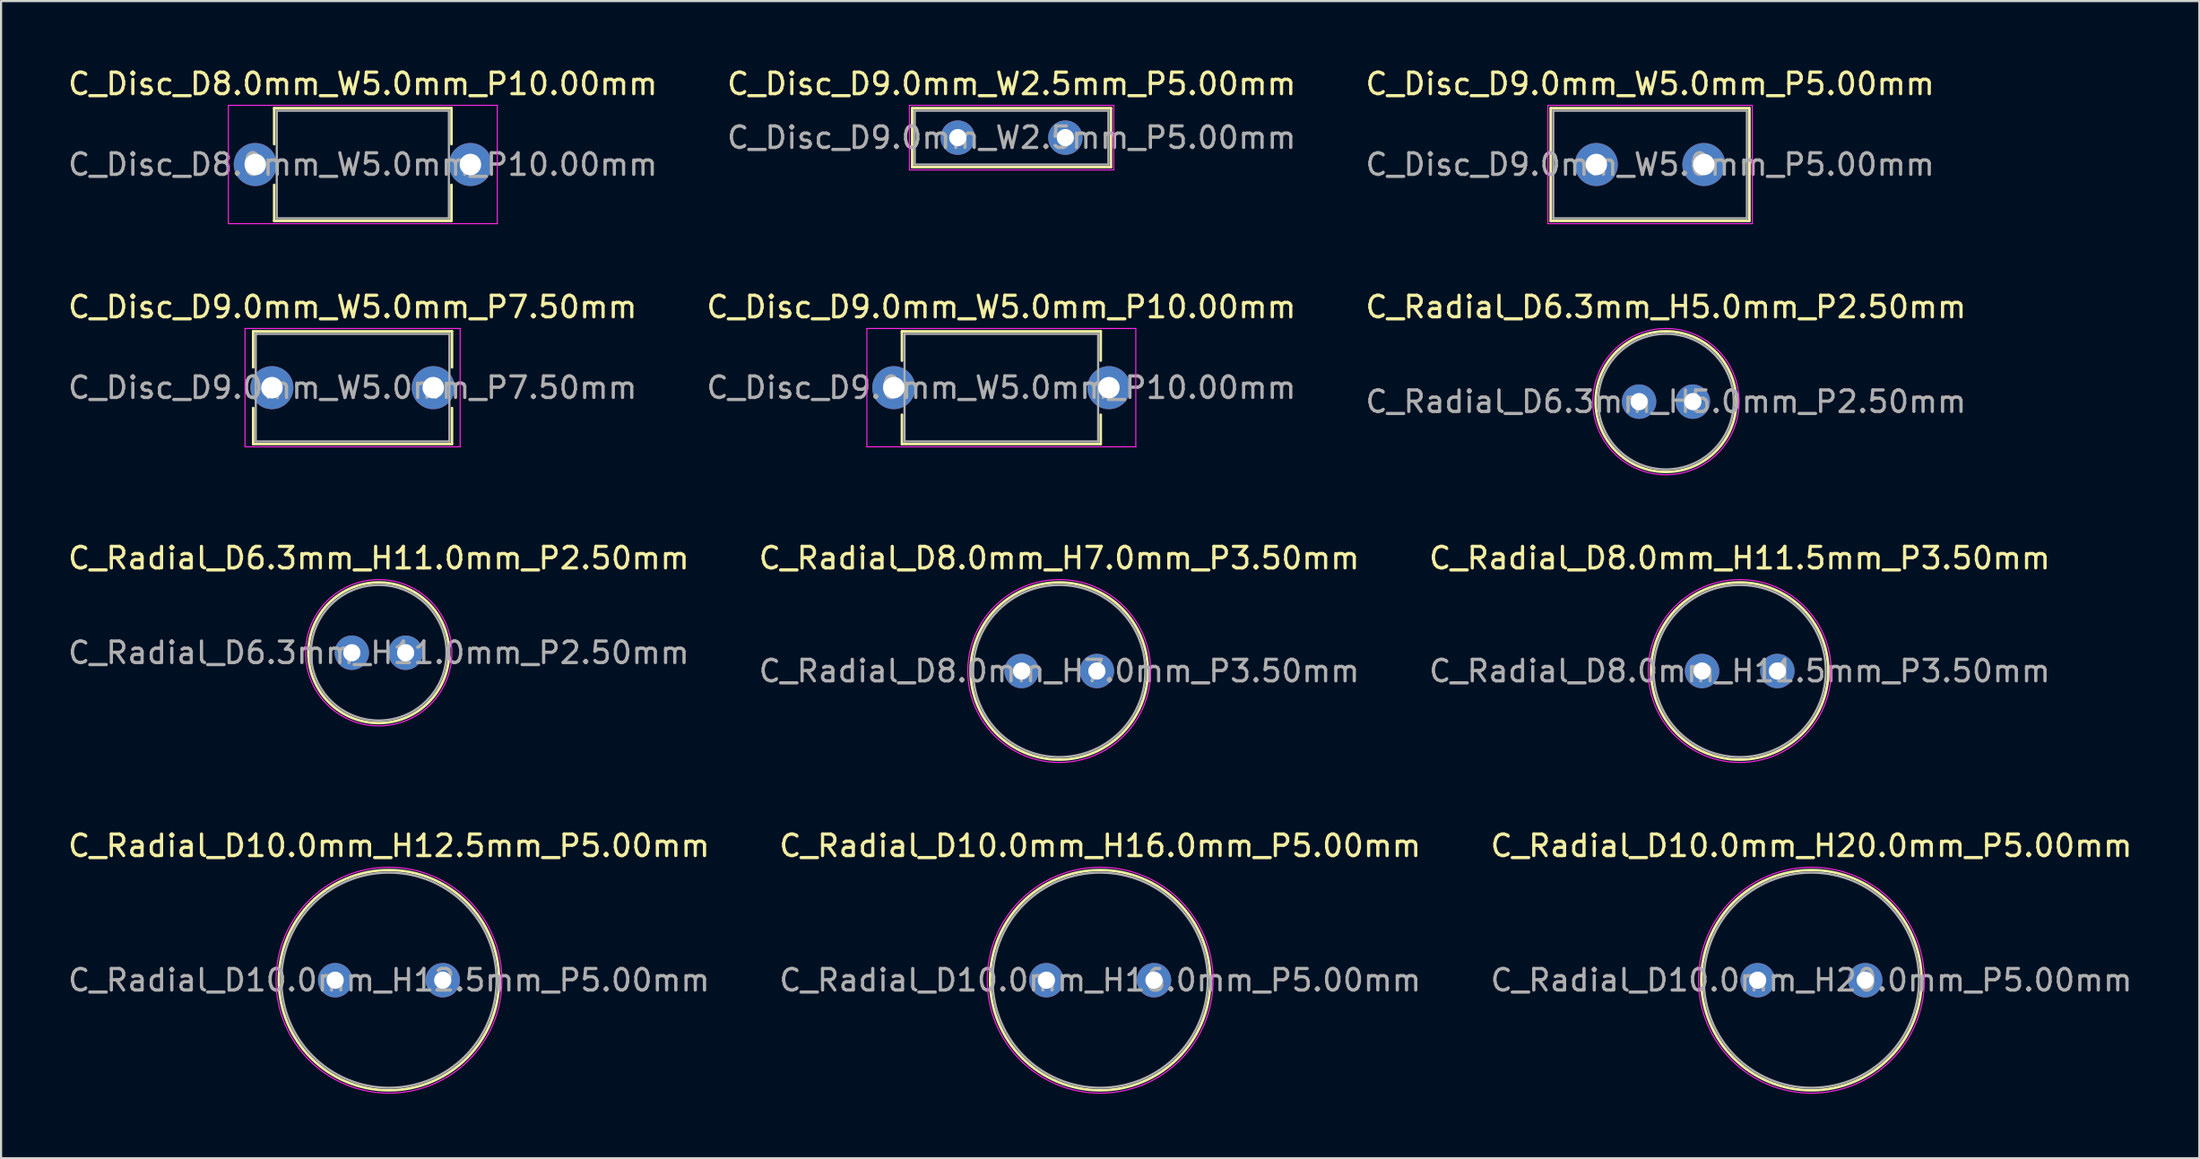
<source format=kicad_pcb>
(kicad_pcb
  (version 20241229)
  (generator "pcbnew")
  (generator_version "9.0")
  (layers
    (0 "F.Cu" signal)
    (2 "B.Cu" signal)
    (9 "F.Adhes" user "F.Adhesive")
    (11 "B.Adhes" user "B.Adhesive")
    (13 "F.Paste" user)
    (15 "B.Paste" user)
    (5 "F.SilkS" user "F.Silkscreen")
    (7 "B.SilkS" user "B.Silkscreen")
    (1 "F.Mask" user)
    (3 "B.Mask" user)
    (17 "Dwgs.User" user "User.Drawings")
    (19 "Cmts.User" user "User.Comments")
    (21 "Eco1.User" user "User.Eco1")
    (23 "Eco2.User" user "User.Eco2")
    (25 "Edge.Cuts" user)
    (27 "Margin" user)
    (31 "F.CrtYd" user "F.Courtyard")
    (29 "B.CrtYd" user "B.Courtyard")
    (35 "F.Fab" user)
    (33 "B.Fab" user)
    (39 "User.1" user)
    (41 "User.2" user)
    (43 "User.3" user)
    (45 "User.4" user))
  (footprint "C_Radial_D6.3mm_H5.0mm_P2.50mm"
    (layer "F.Cu")
    (at 73.137 15.621)
    (property "Reference" "C_Radial_D6.3mm_H5.0mm_P2.50mm" (at 1.25 -4.4 0) (layer "F.SilkS") (effects (font (size 1 1) (thickness 0.15))))
    (attr through_hole)
    (fp_circle (center 1.25 0) (end 4.52 0) (stroke (width 0.12) (type solid)) (fill no) (layer "F.SilkS"))
    (fp_circle (center 1.25 0) (end 4.65 0) (stroke (width 0.05) (type solid)) (fill no) (layer "F.CrtYd"))
    (fp_circle (center 1.25 0) (end 4.4 0) (stroke (width 0.1) (type solid)) (fill no) (layer "F.Fab"))
    (fp_text user "${REFERENCE}" (at 1.25 0 0) (layer "F.Fab") (effects (font (size 1 1) (thickness 0.15))))
    (pad "1" thru_hole circle (at 0 0) (size 1.6 1.6) (drill 0.8) (layers "*.Cu" "*.Mask"))
    (pad "2" thru_hole circle (at 2.5 0) (size 1.6 1.6) (drill 0.8) (layers "*.Cu" "*.Mask")))
  (footprint "C_Disc_D9.0mm_W5.0mm_P7.50mm"
    (layer "F.Cu")
    (at 9.589 14.972)
    (property "Reference" "C_Disc_D9.0mm_W5.0mm_P7.50mm" (at 3.75 -3.75 0) (layer "F.SilkS") (effects (font (size 1 1) (thickness 0.15))))
    (attr through_hole)
    (fp_line (start -0.87 -2.62) (end -0.87 -0.946) (stroke (width 0.12) (type solid)) (layer "F.SilkS"))
    (fp_line (start -0.87 -2.62) (end 8.37 -2.62) (stroke (width 0.12) (type solid)) (layer "F.SilkS"))
    (fp_line (start -0.87 0.946) (end -0.87 2.62) (stroke (width 0.12) (type solid)) (layer "F.SilkS"))
    (fp_line (start -0.87 2.62) (end 8.37 2.62) (stroke (width 0.12) (type solid)) (layer "F.SilkS"))
    (fp_line (start 8.37 -2.62) (end 8.37 -0.946) (stroke (width 0.12) (type solid)) (layer "F.SilkS"))
    (fp_line (start 8.37 0.946) (end 8.37 2.62) (stroke (width 0.12) (type solid)) (layer "F.SilkS"))
    (fp_line (start -1.25 -2.75) (end -1.25 2.75) (stroke (width 0.05) (type solid)) (layer "F.CrtYd"))
    (fp_line (start -1.25 2.75) (end 8.75 2.75) (stroke (width 0.05) (type solid)) (layer "F.CrtYd"))
    (fp_line (start 8.75 -2.75) (end -1.25 -2.75) (stroke (width 0.05) (type solid)) (layer "F.CrtYd"))
    (fp_line (start 8.75 2.75) (end 8.75 -2.75) (stroke (width 0.05) (type solid)) (layer "F.CrtYd"))
    (fp_line (start -0.75 -2.5) (end -0.75 2.5) (stroke (width 0.1) (type solid)) (layer "F.Fab"))
    (fp_line (start -0.75 2.5) (end 8.25 2.5) (stroke (width 0.1) (type solid)) (layer "F.Fab"))
    (fp_line (start 8.25 -2.5) (end -0.75 -2.5) (stroke (width 0.1) (type solid)) (layer "F.Fab"))
    (fp_line (start 8.25 2.5) (end 8.25 -2.5) (stroke (width 0.1) (type solid)) (layer "F.Fab"))
    (fp_text user "${REFERENCE}" (at 3.75 0 0) (layer "F.Fab") (effects (font (size 1 1) (thickness 0.15))))
    (pad "1" thru_hole circle (at 0 0) (size 2 2) (drill 1) (layers "*.Cu" "*.Mask"))
    (pad "2" thru_hole circle (at 7.5 0) (size 2 2) (drill 1) (layers "*.Cu" "*.Mask")))
  (footprint "C_Radial_D8.0mm_H7.0mm_P3.50mm"
    (layer "F.Cu")
    (at 44.435 28.145)
    (property "Reference" "C_Radial_D8.0mm_H7.0mm_P3.50mm" (at 1.75 -5.25 0) (layer "F.SilkS") (effects (font (size 1 1) (thickness 0.15))))
    (attr through_hole)
    (fp_circle (center 1.75 0) (end 5.87 0) (stroke (width 0.12) (type solid)) (fill no) (layer "F.SilkS"))
    (fp_circle (center 1.75 0) (end 6 0) (stroke (width 0.05) (type solid)) (fill no) (layer "F.CrtYd"))
    (fp_circle (center 1.75 0) (end 5.75 0) (stroke (width 0.1) (type solid)) (fill no) (layer "F.Fab"))
    (fp_text user "${REFERENCE}" (at 1.75 0 0) (layer "F.Fab") (effects (font (size 1 1) (thickness 0.15))))
    (pad "1" thru_hole circle (at 0 0) (size 1.6 1.6) (drill 0.8) (layers "*.Cu" "*.Mask"))
    (pad "2" thru_hole circle (at 3.5 0) (size 1.6 1.6) (drill 0.8) (layers "*.Cu" "*.Mask")))
  (footprint "C_Disc_D9.0mm_W5.0mm_P5.00mm"
    (layer "F.Cu")
    (at 71.149 4.598)
    (property "Reference" "C_Disc_D9.0mm_W5.0mm_P5.00mm" (at 2.5 -3.75 0) (layer "F.SilkS") (effects (font (size 1 1) (thickness 0.15))))
    (attr through_hole)
    (fp_line (start -2.12 -2.62) (end -2.12 2.62) (stroke (width 0.12) (type solid)) (layer "F.SilkS"))
    (fp_line (start -2.12 -2.62) (end 7.12 -2.62) (stroke (width 0.12) (type solid)) (layer "F.SilkS"))
    (fp_line (start -2.12 2.62) (end 7.12 2.62) (stroke (width 0.12) (type solid)) (layer "F.SilkS"))
    (fp_line (start 7.12 -2.62) (end 7.12 2.62) (stroke (width 0.12) (type solid)) (layer "F.SilkS"))
    (fp_line (start -2.25 -2.75) (end -2.25 2.75) (stroke (width 0.05) (type solid)) (layer "F.CrtYd"))
    (fp_line (start -2.25 2.75) (end 7.25 2.75) (stroke (width 0.05) (type solid)) (layer "F.CrtYd"))
    (fp_line (start 7.25 -2.75) (end -2.25 -2.75) (stroke (width 0.05) (type solid)) (layer "F.CrtYd"))
    (fp_line (start 7.25 2.75) (end 7.25 -2.75) (stroke (width 0.05) (type solid)) (layer "F.CrtYd"))
    (fp_line (start -2 -2.5) (end -2 2.5) (stroke (width 0.1) (type solid)) (layer "F.Fab"))
    (fp_line (start -2 2.5) (end 7 2.5) (stroke (width 0.1) (type solid)) (layer "F.Fab"))
    (fp_line (start 7 -2.5) (end -2 -2.5) (stroke (width 0.1) (type solid)) (layer "F.Fab"))
    (fp_line (start 7 2.5) (end 7 -2.5) (stroke (width 0.1) (type solid)) (layer "F.Fab"))
    (fp_text user "${REFERENCE}" (at 2.5 0 0) (layer "F.Fab") (effects (font (size 1 1) (thickness 0.15))))
    (pad "1" thru_hole circle (at 0 0) (size 2 2) (drill 1) (layers "*.Cu" "*.Mask"))
    (pad "2" thru_hole circle (at 5 0) (size 2 2) (drill 1) (layers "*.Cu" "*.Mask")))
  (footprint "C_Disc_D8.0mm_W5.0mm_P10.00mm"
    (layer "F.Cu")
    (at 8.815 4.598)
    (property "Reference" "C_Disc_D8.0mm_W5.0mm_P10.00mm" (at 5 -3.75 0) (layer "F.SilkS") (effects (font (size 1 1) (thickness 0.15))))
    (attr through_hole)
    (fp_line (start 0.88 -2.62) (end 0.88 -0.946) (stroke (width 0.12) (type solid)) (layer "F.SilkS"))
    (fp_line (start 0.88 -2.62) (end 9.12 -2.62) (stroke (width 0.12) (type solid)) (layer "F.SilkS"))
    (fp_line (start 0.88 0.946) (end 0.88 2.62) (stroke (width 0.12) (type solid)) (layer "F.SilkS"))
    (fp_line (start 0.88 2.62) (end 9.12 2.62) (stroke (width 0.12) (type solid)) (layer "F.SilkS"))
    (fp_line (start 9.12 -2.62) (end 9.12 -0.946) (stroke (width 0.12) (type solid)) (layer "F.SilkS"))
    (fp_line (start 9.12 0.946) (end 9.12 2.62) (stroke (width 0.12) (type solid)) (layer "F.SilkS"))
    (fp_line (start -1.25 -2.75) (end -1.25 2.75) (stroke (width 0.05) (type solid)) (layer "F.CrtYd"))
    (fp_line (start -1.25 2.75) (end 11.25 2.75) (stroke (width 0.05) (type solid)) (layer "F.CrtYd"))
    (fp_line (start 11.25 -2.75) (end -1.25 -2.75) (stroke (width 0.05) (type solid)) (layer "F.CrtYd"))
    (fp_line (start 11.25 2.75) (end 11.25 -2.75) (stroke (width 0.05) (type solid)) (layer "F.CrtYd"))
    (fp_line (start 1 -2.5) (end 1 2.5) (stroke (width 0.1) (type solid)) (layer "F.Fab"))
    (fp_line (start 1 2.5) (end 9 2.5) (stroke (width 0.1) (type solid)) (layer "F.Fab"))
    (fp_line (start 9 -2.5) (end 1 -2.5) (stroke (width 0.1) (type solid)) (layer "F.Fab"))
    (fp_line (start 9 2.5) (end 9 -2.5) (stroke (width 0.1) (type solid)) (layer "F.Fab"))
    (fp_text user "${REFERENCE}" (at 5 0 0) (layer "F.Fab") (effects (font (size 1 1) (thickness 0.15))))
    (pad "1" thru_hole circle (at 0 0) (size 2 2) (drill 1) (layers "*.Cu" "*.Mask"))
    (pad "2" thru_hole circle (at 10 0) (size 2 2) (drill 1) (layers "*.Cu" "*.Mask")))
  (footprint "C_Radial_D10.0mm_H20.0mm_P5.00mm"
    (layer "F.Cu")
    (at 78.649 42.518)
    (property "Reference" "C_Radial_D10.0mm_H20.0mm_P5.00mm" (at 2.5 -6.25 0) (layer "F.SilkS") (effects (font (size 1 1) (thickness 0.15))))
    (attr through_hole)
    (fp_circle (center 2.5 0) (end 7.62 0) (stroke (width 0.12) (type solid)) (fill no) (layer "F.SilkS"))
    (fp_circle (center 2.5 0) (end 7.75 0) (stroke (width 0.05) (type solid)) (fill no) (layer "F.CrtYd"))
    (fp_circle (center 2.5 0) (end 7.5 0) (stroke (width 0.1) (type solid)) (fill no) (layer "F.Fab"))
    (fp_text user "${REFERENCE}" (at 2.5 0 0) (layer "F.Fab") (effects (font (size 1 1) (thickness 0.15))))
    (pad "1" thru_hole circle (at 0 0) (size 1.6 1.6) (drill 0.8) (layers "*.Cu" "*.Mask"))
    (pad "2" thru_hole circle (at 5 0) (size 1.6 1.6) (drill 0.8) (layers "*.Cu" "*.Mask")))
  (footprint "C_Disc_D9.0mm_W2.5mm_P5.00mm"
    (layer "F.Cu")
    (at 41.47 3.348)
    (property "Reference" "C_Disc_D9.0mm_W2.5mm_P5.00mm" (at 2.5 -2.5 0) (layer "F.SilkS") (effects (font (size 1 1) (thickness 0.15))))
    (attr through_hole)
    (fp_line (start -2.12 -1.37) (end -2.12 1.37) (stroke (width 0.12) (type solid)) (layer "F.SilkS"))
    (fp_line (start -2.12 -1.37) (end 7.12 -1.37) (stroke (width 0.12) (type solid)) (layer "F.SilkS"))
    (fp_line (start -2.12 1.37) (end 7.12 1.37) (stroke (width 0.12) (type solid)) (layer "F.SilkS"))
    (fp_line (start 7.12 -1.37) (end 7.12 1.37) (stroke (width 0.12) (type solid)) (layer "F.SilkS"))
    (fp_line (start -2.25 -1.5) (end -2.25 1.5) (stroke (width 0.05) (type solid)) (layer "F.CrtYd"))
    (fp_line (start -2.25 1.5) (end 7.25 1.5) (stroke (width 0.05) (type solid)) (layer "F.CrtYd"))
    (fp_line (start 7.25 -1.5) (end -2.25 -1.5) (stroke (width 0.05) (type solid)) (layer "F.CrtYd"))
    (fp_line (start 7.25 1.5) (end 7.25 -1.5) (stroke (width 0.05) (type solid)) (layer "F.CrtYd"))
    (fp_line (start -2 -1.25) (end -2 1.25) (stroke (width 0.1) (type solid)) (layer "F.Fab"))
    (fp_line (start -2 1.25) (end 7 1.25) (stroke (width 0.1) (type solid)) (layer "F.Fab"))
    (fp_line (start 7 -1.25) (end -2 -1.25) (stroke (width 0.1) (type solid)) (layer "F.Fab"))
    (fp_line (start 7 1.25) (end 7 -1.25) (stroke (width 0.1) (type solid)) (layer "F.Fab"))
    (fp_text user "${REFERENCE}" (at 2.5 0 0) (layer "F.Fab") (effects (font (size 1 1) (thickness 0.15))))
    (pad "1" thru_hole circle (at 0 0) (size 1.6 1.6) (drill 0.8) (layers "*.Cu" "*.Mask"))
    (pad "2" thru_hole circle (at 5 0) (size 1.6 1.6) (drill 0.8) (layers "*.Cu" "*.Mask")))
  (footprint "C_Radial_D10.0mm_H16.0mm_P5.00mm"
    (layer "F.Cu")
    (at 45.589 42.518)
    (property "Reference" "C_Radial_D10.0mm_H16.0mm_P5.00mm" (at 2.5 -6.25 0) (layer "F.SilkS") (effects (font (size 1 1) (thickness 0.15))))
    (attr through_hole)
    (fp_circle (center 2.5 0) (end 7.62 0) (stroke (width 0.12) (type solid)) (fill no) (layer "F.SilkS"))
    (fp_circle (center 2.5 0) (end 7.75 0) (stroke (width 0.05) (type solid)) (fill no) (layer "F.CrtYd"))
    (fp_circle (center 2.5 0) (end 7.5 0) (stroke (width 0.1) (type solid)) (fill no) (layer "F.Fab"))
    (fp_text user "${REFERENCE}" (at 2.5 0 0) (layer "F.Fab") (effects (font (size 1 1) (thickness 0.15))))
    (pad "1" thru_hole circle (at 0 0) (size 1.6 1.6) (drill 0.8) (layers "*.Cu" "*.Mask"))
    (pad "2" thru_hole circle (at 5 0) (size 1.6 1.6) (drill 0.8) (layers "*.Cu" "*.Mask")))
  (footprint "C_Radial_D8.0mm_H11.5mm_P3.50mm"
    (layer "F.Cu")
    (at 76.065 28.145)
    (property "Reference" "C_Radial_D8.0mm_H11.5mm_P3.50mm" (at 1.75 -5.25 0) (layer "F.SilkS") (effects (font (size 1 1) (thickness 0.15))))
    (attr through_hole)
    (fp_circle (center 1.75 0) (end 5.87 0) (stroke (width 0.12) (type solid)) (fill no) (layer "F.SilkS"))
    (fp_circle (center 1.75 0) (end 6 0) (stroke (width 0.05) (type solid)) (fill no) (layer "F.CrtYd"))
    (fp_circle (center 1.75 0) (end 5.75 0) (stroke (width 0.1) (type solid)) (fill no) (layer "F.Fab"))
    (fp_text user "${REFERENCE}" (at 1.75 0 0) (layer "F.Fab") (effects (font (size 1 1) (thickness 0.15))))
    (pad "1" thru_hole circle (at 0 0) (size 1.6 1.6) (drill 0.8) (layers "*.Cu" "*.Mask"))
    (pad "2" thru_hole circle (at 3.5 0) (size 1.6 1.6) (drill 0.8) (layers "*.Cu" "*.Mask")))
  (footprint "C_Radial_D6.3mm_H11.0mm_P2.50mm"
    (layer "F.Cu")
    (at 13.304 27.295)
    (property "Reference" "C_Radial_D6.3mm_H11.0mm_P2.50mm" (at 1.25 -4.4 0) (layer "F.SilkS") (effects (font (size 1 1) (thickness 0.15))))
    (attr through_hole)
    (fp_circle (center 1.25 0) (end 4.52 0) (stroke (width 0.12) (type solid)) (fill no) (layer "F.SilkS"))
    (fp_circle (center 1.25 0) (end 4.65 0) (stroke (width 0.05) (type solid)) (fill no) (layer "F.CrtYd"))
    (fp_circle (center 1.25 0) (end 4.4 0) (stroke (width 0.1) (type solid)) (fill no) (layer "F.Fab"))
    (fp_text user "${REFERENCE}" (at 1.25 0 0) (layer "F.Fab") (effects (font (size 1 1) (thickness 0.15))))
    (pad "1" thru_hole circle (at 0 0) (size 1.6 1.6) (drill 0.8) (layers "*.Cu" "*.Mask"))
    (pad "2" thru_hole circle (at 2.5 0) (size 1.6 1.6) (drill 0.8) (layers "*.Cu" "*.Mask")))
  (footprint "C_Disc_D9.0mm_W5.0mm_P10.00mm"
    (layer "F.Cu")
    (at 38.494 14.972)
    (property "Reference" "C_Disc_D9.0mm_W5.0mm_P10.00mm" (at 5 -3.75 0) (layer "F.SilkS") (effects (font (size 1 1) (thickness 0.15))))
    (attr through_hole)
    (fp_line (start 0.38 -2.62) (end 0.38 -1.256) (stroke (width 0.12) (type solid)) (layer "F.SilkS"))
    (fp_line (start 0.38 -2.62) (end 9.62 -2.62) (stroke (width 0.12) (type solid)) (layer "F.SilkS"))
    (fp_line (start 0.38 1.256) (end 0.38 2.62) (stroke (width 0.12) (type solid)) (layer "F.SilkS"))
    (fp_line (start 0.38 2.62) (end 9.62 2.62) (stroke (width 0.12) (type solid)) (layer "F.SilkS"))
    (fp_line (start 9.62 -2.62) (end 9.62 -1.256) (stroke (width 0.12) (type solid)) (layer "F.SilkS"))
    (fp_line (start 9.62 1.256) (end 9.62 2.62) (stroke (width 0.12) (type solid)) (layer "F.SilkS"))
    (fp_line (start -1.25 -2.75) (end -1.25 2.75) (stroke (width 0.05) (type solid)) (layer "F.CrtYd"))
    (fp_line (start -1.25 2.75) (end 11.25 2.75) (stroke (width 0.05) (type solid)) (layer "F.CrtYd"))
    (fp_line (start 11.25 -2.75) (end -1.25 -2.75) (stroke (width 0.05) (type solid)) (layer "F.CrtYd"))
    (fp_line (start 11.25 2.75) (end 11.25 -2.75) (stroke (width 0.05) (type solid)) (layer "F.CrtYd"))
    (fp_line (start 0.5 -2.5) (end 0.5 2.5) (stroke (width 0.1) (type solid)) (layer "F.Fab"))
    (fp_line (start 0.5 2.5) (end 9.5 2.5) (stroke (width 0.1) (type solid)) (layer "F.Fab"))
    (fp_line (start 9.5 -2.5) (end 0.5 -2.5) (stroke (width 0.1) (type solid)) (layer "F.Fab"))
    (fp_line (start 9.5 2.5) (end 9.5 -2.5) (stroke (width 0.1) (type solid)) (layer "F.Fab"))
    (fp_text user "${REFERENCE}" (at 5 0 0) (layer "F.Fab") (effects (font (size 1 1) (thickness 0.15))))
    (pad "1" thru_hole circle (at 0 0) (size 2 2) (drill 1) (layers "*.Cu" "*.Mask"))
    (pad "2" thru_hole circle (at 10 0) (size 2 2) (drill 1) (layers "*.Cu" "*.Mask")))
  (footprint "C_Radial_D10.0mm_H12.5mm_P5.00mm"
    (layer "F.Cu")
    (at 12.53 42.518)
    (property "Reference" "C_Radial_D10.0mm_H12.5mm_P5.00mm" (at 2.5 -6.25 0) (layer "F.SilkS") (effects (font (size 1 1) (thickness 0.15))))
    (attr through_hole)
    (fp_circle (center 2.5 0) (end 7.62 0) (stroke (width 0.12) (type solid)) (fill no) (layer "F.SilkS"))
    (fp_circle (center 2.5 0) (end 7.75 0) (stroke (width 0.05) (type solid)) (fill no) (layer "F.CrtYd"))
    (fp_circle (center 2.5 0) (end 7.5 0) (stroke (width 0.1) (type solid)) (fill no) (layer "F.Fab"))
    (fp_text user "${REFERENCE}" (at 2.5 0 0) (layer "F.Fab") (effects (font (size 1 1) (thickness 0.15))))
    (pad "1" thru_hole circle (at 0 0) (size 1.6 1.6) (drill 0.8) (layers "*.Cu" "*.Mask"))
    (pad "2" thru_hole circle (at 5 0) (size 1.6 1.6) (drill 0.8) (layers "*.Cu" "*.Mask")))
  (gr_rect
    (start -3 -3)
    (end 99.179 50.793)
    (stroke (width 0.1) (type default))
    (fill no)
    (layer "Edge.Cuts")))
</source>
